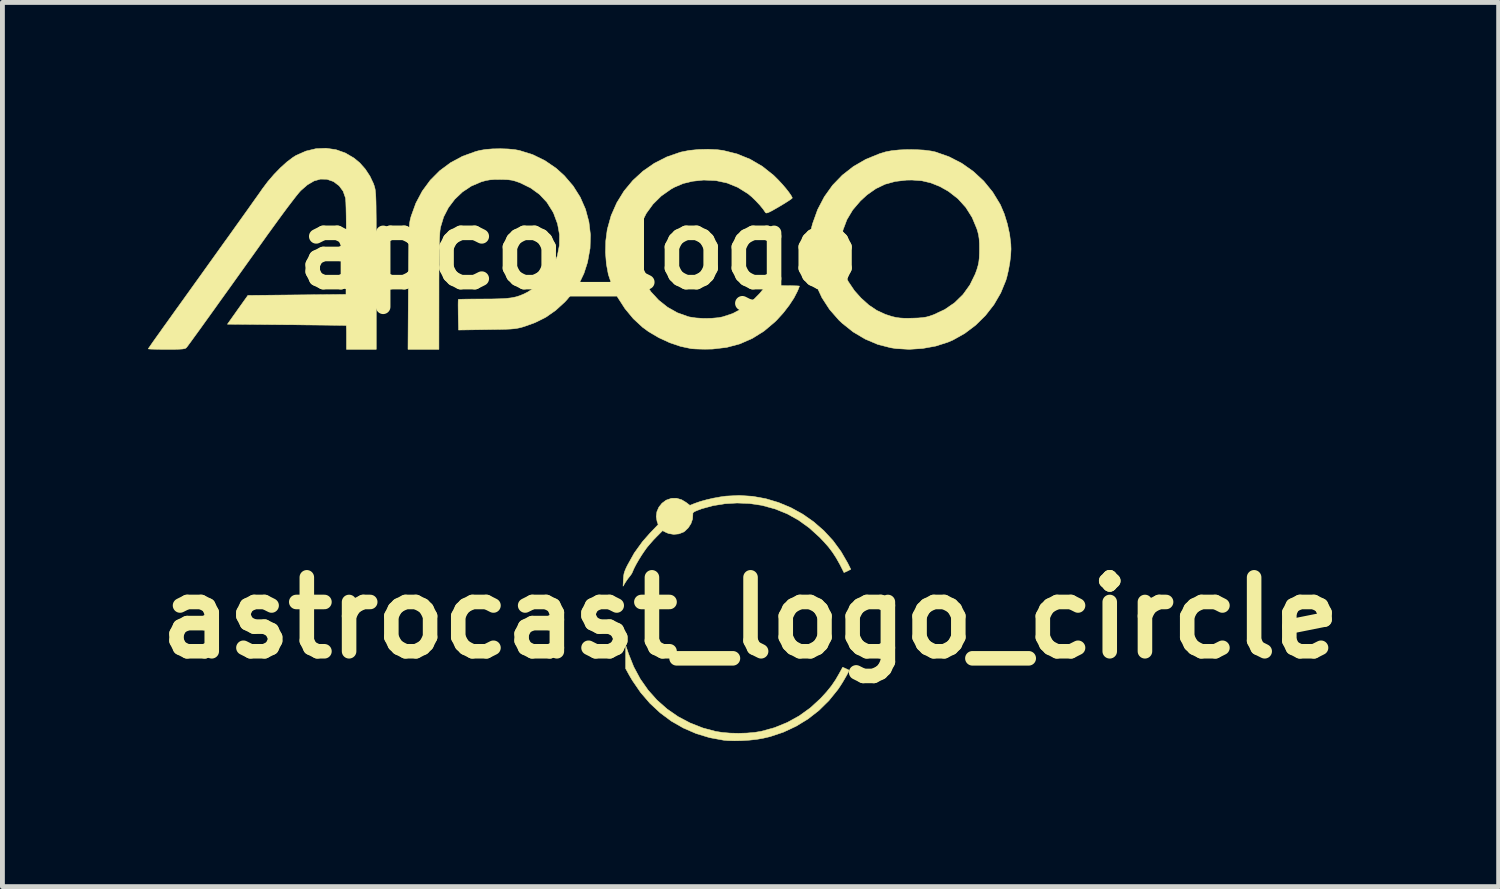
<source format=kicad_pcb>
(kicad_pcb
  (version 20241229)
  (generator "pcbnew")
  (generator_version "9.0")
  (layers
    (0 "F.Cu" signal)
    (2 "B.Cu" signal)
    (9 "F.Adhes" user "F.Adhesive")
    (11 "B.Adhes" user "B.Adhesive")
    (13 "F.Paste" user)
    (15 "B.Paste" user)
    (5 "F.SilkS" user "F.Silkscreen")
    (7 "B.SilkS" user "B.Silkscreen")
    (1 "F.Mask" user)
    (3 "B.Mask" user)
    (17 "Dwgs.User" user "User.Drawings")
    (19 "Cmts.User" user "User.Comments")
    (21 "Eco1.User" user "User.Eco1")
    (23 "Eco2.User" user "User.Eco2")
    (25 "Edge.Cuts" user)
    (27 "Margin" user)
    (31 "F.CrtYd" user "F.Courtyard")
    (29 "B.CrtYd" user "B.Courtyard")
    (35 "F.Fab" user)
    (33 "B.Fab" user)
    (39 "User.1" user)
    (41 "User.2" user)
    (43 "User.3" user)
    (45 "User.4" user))
  (footprint "astrocast_logo_circle"
    (layer "F.Cu")
    (at 12.417 9.682)
    (property "Reference" "astrocast_logo_circle" (at 0 0 0) (layer "F.SilkS") (effects (font (size 1.524 1.524) (thickness 0.3))))
    (attr through_hole)
    (fp_poly (pts (xy -2.515 0.739) (xy -2.407 1.01) (xy -2.272 1.261) (xy -2.111 1.49) (xy -1.927 1.696) (xy -1.72 1.879) (xy -1.493 2.036) (xy -1.245 2.167) (xy -0.98 2.271) (xy -0.723 2.34) (xy -0.583 2.362) (xy -0.421 2.376) (xy -0.248 2.38) (xy -0.076 2.375) (xy 0.086 2.361) (xy 0.219 2.339) (xy 0.496 2.263) (xy 0.758 2.156) (xy 1.004 2.02) (xy 1.233 1.855) (xy 1.442 1.663) (xy 1.443 1.662) (xy 1.566 1.528) (xy 1.668 1.402) (xy 1.755 1.274) (xy 1.828 1.148) (xy 1.899 1.018) (xy 1.961 1.046) (xy 2.002 1.065) (xy 2.027 1.077) (xy 2.03 1.078) (xy 2.026 1.095) (xy 2.008 1.134) (xy 1.978 1.189) (xy 1.94 1.256) (xy 1.898 1.327) (xy 1.854 1.397) (xy 1.812 1.459) (xy 1.798 1.48) (xy 1.615 1.706) (xy 1.409 1.909) (xy 1.182 2.086) (xy 0.937 2.235) (xy 0.676 2.357) (xy 0.4 2.449) (xy 0.254 2.483) (xy 0.125 2.505) (xy -0.022 2.521) (xy -0.178 2.531) (xy -0.33 2.534) (xy -0.469 2.53) (xy -0.555 2.522) (xy -0.844 2.469) (xy -1.121 2.385) (xy -1.384 2.271) (xy -1.632 2.129) (xy -1.862 1.958) (xy -2.074 1.761) (xy -2.265 1.539) (xy -2.434 1.293) (xy -2.496 1.188) (xy -2.574 1.046) (xy -2.573 0.567) (xy -2.515 0.739)) (stroke (width 0.01) (type solid)) (fill yes) (layer "F.SilkS"))
    (fp_poly (pts (xy 0.044 -2.504) (xy 0.314 -2.455) (xy 0.578 -2.376) (xy 0.832 -2.27) (xy 1.074 -2.137) (xy 1.3 -1.979) (xy 1.509 -1.797) (xy 1.698 -1.593) (xy 1.863 -1.368) (xy 2 -1.132) (xy 2.066 -1) (xy 1.997 -0.964) (xy 1.955 -0.945) (xy 1.929 -0.934) (xy 1.925 -0.934) (xy 1.844 -1.095) (xy 1.767 -1.232) (xy 1.689 -1.352) (xy 1.604 -1.464) (xy 1.505 -1.575) (xy 1.423 -1.661) (xy 1.211 -1.853) (xy 0.989 -2.013) (xy 0.756 -2.143) (xy 0.509 -2.243) (xy 0.245 -2.315) (xy 0.222 -2.32) (xy -0.025 -2.356) (xy -0.278 -2.366) (xy -0.53 -2.351) (xy -0.775 -2.311) (xy -1.006 -2.248) (xy -1.093 -2.215) (xy -1.148 -2.192) (xy -1.177 -2.174) (xy -1.189 -2.154) (xy -1.189 -2.129) (xy -1.195 -2.036) (xy -1.228 -1.941) (xy -1.283 -1.855) (xy -1.355 -1.785) (xy -1.382 -1.767) (xy -1.478 -1.73) (xy -1.583 -1.72) (xy -1.687 -1.737) (xy -1.74 -1.759) (xy -1.812 -1.796) (xy -1.935 -1.673) (xy -2 -1.606) (xy -2.065 -1.532) (xy -2.122 -1.465) (xy -2.14 -1.443) (xy -2.191 -1.371) (xy -2.247 -1.288) (xy -2.302 -1.199) (xy -2.352 -1.113) (xy -2.392 -1.037) (xy -2.419 -0.979) (xy -2.423 -0.967) (xy -2.448 -0.912) (xy -2.485 -0.86) (xy -2.489 -0.855) (xy -2.526 -0.809) (xy -2.566 -0.751) (xy -2.581 -0.728) (xy -2.627 -0.652) (xy -2.621 -0.787) (xy -2.616 -0.854) (xy -2.608 -0.908) (xy -2.592 -0.961) (xy -2.565 -1.025) (xy -2.536 -1.084) (xy -2.395 -1.337) (xy -2.225 -1.572) (xy -2.075 -1.742) (xy -1.903 -1.922) (xy -1.927 -1.99) (xy -1.943 -2.087) (xy -1.93 -2.186) (xy -1.89 -2.279) (xy -1.826 -2.36) (xy -1.742 -2.423) (xy -1.733 -2.427) (xy -1.629 -2.463) (xy -1.524 -2.464) (xy -1.419 -2.433) (xy -1.328 -2.378) (xy -1.25 -2.318) (xy -1.146 -2.359) (xy -1.037 -2.397) (xy -0.907 -2.433) (xy -0.764 -2.466) (xy -0.621 -2.492) (xy -0.508 -2.508) (xy -0.231 -2.522) (xy 0.044 -2.504)) (stroke (width 0.01) (type solid)) (fill yes) (layer "F.SilkS")))
  (footprint "apco_logo"
    (layer "F.Cu")
    (at 8.874 2.075)
    (property "Reference" "apco_logo" (at 0 0 0) (layer "F.SilkS") (effects (font (size 1.524 1.524) (thickness 0.3))))
    (attr through_hole)
    (fp_poly (pts (xy 2.858 -2.04) (xy 2.98 -2.024) (xy 3.265 -1.953) (xy 3.535 -1.843) (xy 3.787 -1.696) (xy 4.017 -1.513) (xy 4.037 -1.494) (xy 4.116 -1.415) (xy 4.195 -1.33) (xy 4.269 -1.244) (xy 4.331 -1.165) (xy 4.377 -1.099) (xy 4.401 -1.054) (xy 4.403 -1.044) (xy 4.385 -1.027) (xy 4.338 -0.994) (xy 4.266 -0.948) (xy 4.177 -0.893) (xy 4.136 -0.869) (xy 4.03 -0.808) (xy 3.956 -0.767) (xy 3.906 -0.744) (xy 3.875 -0.735) (xy 3.857 -0.739) (xy 3.848 -0.749) (xy 3.802 -0.816) (xy 3.734 -0.899) (xy 3.652 -0.986) (xy 3.569 -1.067) (xy 3.494 -1.13) (xy 3.49 -1.133) (xy 3.28 -1.264) (xy 3.062 -1.353) (xy 2.831 -1.403) (xy 2.585 -1.414) (xy 2.562 -1.413) (xy 2.348 -1.39) (xy 2.157 -1.344) (xy 1.979 -1.269) (xy 1.902 -1.226) (xy 1.703 -1.086) (xy 1.533 -0.918) (xy 1.394 -0.727) (xy 1.289 -0.517) (xy 1.219 -0.293) (xy 1.186 -0.058) (xy 1.193 0.181) (xy 1.205 0.265) (xy 1.264 0.487) (xy 1.361 0.696) (xy 1.491 0.889) (xy 1.649 1.06) (xy 1.831 1.205) (xy 2.032 1.319) (xy 2.249 1.397) (xy 2.286 1.407) (xy 2.417 1.427) (xy 2.57 1.437) (xy 2.73 1.435) (xy 2.878 1.422) (xy 2.963 1.406) (xy 3.176 1.336) (xy 3.38 1.228) (xy 3.569 1.088) (xy 3.733 0.921) (xy 3.756 0.893) (xy 3.861 0.762) (xy 4.206 0.762) (xy 4.321 0.763) (xy 4.42 0.764) (xy 4.496 0.766) (xy 4.541 0.769) (xy 4.551 0.771) (xy 4.543 0.794) (xy 4.524 0.843) (xy 4.507 0.882) (xy 4.436 1.019) (xy 4.337 1.169) (xy 4.219 1.322) (xy 4.089 1.465) (xy 4.048 1.506) (xy 3.822 1.697) (xy 3.581 1.848) (xy 3.324 1.961) (xy 3.051 2.034) (xy 2.761 2.068) (xy 2.606 2.071) (xy 2.506 2.069) (xy 2.415 2.066) (xy 2.346 2.062) (xy 2.318 2.059) (xy 2.101 2.013) (xy 1.874 1.936) (xy 1.651 1.833) (xy 1.444 1.711) (xy 1.318 1.619) (xy 1.127 1.442) (xy 0.955 1.234) (xy 0.807 1.005) (xy 0.69 0.763) (xy 0.612 0.529) (xy 0.572 0.312) (xy 0.554 0.076) (xy 0.56 -0.163) (xy 0.589 -0.386) (xy 0.592 -0.402) (xy 0.67 -0.682) (xy 0.786 -0.945) (xy 0.935 -1.187) (xy 1.116 -1.405) (xy 1.326 -1.598) (xy 1.561 -1.761) (xy 1.819 -1.892) (xy 2.097 -1.988) (xy 2.112 -1.992) (xy 2.278 -2.025) (xy 2.469 -2.044) (xy 2.667 -2.049) (xy 2.858 -2.04)) (stroke (width 0.01) (type solid)) (fill yes) (layer "F.SilkS"))
    (fp_poly (pts (xy -1.454 -2.055) (xy -1.311 -2.041) (xy -1.22 -2.024) (xy -0.945 -1.938) (xy -0.694 -1.815) (xy -0.463 -1.657) (xy -0.295 -1.505) (xy -0.113 -1.293) (xy 0.033 -1.062) (xy 0.142 -0.814) (xy 0.212 -0.553) (xy 0.244 -0.283) (xy 0.236 -0.008) (xy 0.186 0.268) (xy 0.18 0.292) (xy 0.111 0.506) (xy 0.021 0.697) (xy -0.095 0.877) (xy -0.244 1.055) (xy -0.284 1.098) (xy -0.473 1.271) (xy -0.675 1.412) (xy -0.899 1.524) (xy -1.116 1.602) (xy -1.172 1.619) (xy -1.224 1.632) (xy -1.275 1.642) (xy -1.334 1.65) (xy -1.405 1.656) (xy -1.496 1.66) (xy -1.612 1.663) (xy -1.76 1.665) (xy -1.888 1.667) (xy -2.474 1.676) (xy -2.481 1.365) (xy -2.482 1.255) (xy -2.483 1.161) (xy -2.482 1.09) (xy -2.48 1.051) (xy -2.478 1.046) (xy -2.456 1.043) (xy -2.396 1.041) (xy -2.307 1.039) (xy -2.193 1.038) (xy -2.061 1.037) (xy -1.97 1.037) (xy -1.778 1.036) (xy -1.622 1.032) (xy -1.494 1.025) (xy -1.389 1.013) (xy -1.299 0.995) (xy -1.217 0.97) (xy -1.138 0.938) (xy -1.054 0.896) (xy -1.05 0.894) (xy -0.894 0.794) (xy -0.746 0.663) (xy -0.618 0.513) (xy -0.523 0.36) (xy -0.439 0.148) (xy -0.396 -0.07) (xy -0.394 -0.291) (xy -0.434 -0.511) (xy -0.514 -0.727) (xy -0.534 -0.766) (xy -0.654 -0.957) (xy -0.806 -1.119) (xy -0.988 -1.251) (xy -1.201 -1.356) (xy -1.228 -1.366) (xy -1.308 -1.394) (xy -1.379 -1.412) (xy -1.455 -1.422) (xy -1.55 -1.426) (xy -1.619 -1.427) (xy -1.738 -1.426) (xy -1.83 -1.419) (xy -1.909 -1.405) (xy -1.992 -1.382) (xy -2.011 -1.376) (xy -2.212 -1.29) (xy -2.394 -1.169) (xy -2.552 -1.019) (xy -2.683 -0.846) (xy -2.782 -0.653) (xy -2.844 -0.447) (xy -2.849 -0.424) (xy -2.856 -0.375) (xy -2.861 -0.307) (xy -2.866 -0.218) (xy -2.87 -0.104) (xy -2.873 0.038) (xy -2.875 0.211) (xy -2.877 0.417) (xy -2.878 0.66) (xy -2.878 0.905) (xy -2.879 2.074) (xy -3.516 2.074) (xy -3.508 0.788) (xy -3.506 0.523) (xy -3.505 0.296) (xy -3.503 0.104) (xy -3.501 -0.056) (xy -3.499 -0.188) (xy -3.497 -0.295) (xy -3.493 -0.382) (xy -3.489 -0.451) (xy -3.485 -0.506) (xy -3.479 -0.551) (xy -3.472 -0.589) (xy -3.464 -0.624) (xy -3.454 -0.659) (xy -3.453 -0.665) (xy -3.354 -0.938) (xy -3.222 -1.187) (xy -3.057 -1.411) (xy -2.863 -1.606) (xy -2.641 -1.771) (xy -2.394 -1.904) (xy -2.124 -2.002) (xy -2.04 -2.024) (xy -1.92 -2.045) (xy -1.772 -2.057) (xy -1.612 -2.06) (xy -1.454 -2.055)) (stroke (width 0.01) (type solid)) (fill yes) (layer "F.SilkS"))
    (fp_poly (pts (xy 6.947 -2.041) (xy 7.114 -2.032) (xy 7.261 -2.013) (xy 7.351 -1.994) (xy 7.631 -1.896) (xy 7.894 -1.761) (xy 8.133 -1.593) (xy 8.348 -1.394) (xy 8.533 -1.167) (xy 8.686 -0.916) (xy 8.695 -0.898) (xy 8.772 -0.717) (xy 8.835 -0.512) (xy 8.882 -0.299) (xy 8.907 -0.094) (xy 8.911 0.008) (xy 8.904 0.137) (xy 8.886 0.288) (xy 8.858 0.444) (xy 8.824 0.589) (xy 8.804 0.656) (xy 8.699 0.912) (xy 8.558 1.154) (xy 8.384 1.377) (xy 8.182 1.576) (xy 7.957 1.746) (xy 7.713 1.883) (xy 7.61 1.927) (xy 7.359 2.007) (xy 7.089 2.056) (xy 6.812 2.074) (xy 6.54 2.058) (xy 6.431 2.041) (xy 6.163 1.972) (xy 5.904 1.862) (xy 5.658 1.716) (xy 5.432 1.536) (xy 5.365 1.473) (xy 5.173 1.254) (xy 5.015 1.011) (xy 4.89 0.743) (xy 4.833 0.578) (xy 4.811 0.506) (xy 4.796 0.443) (xy 4.786 0.38) (xy 4.779 0.307) (xy 4.776 0.215) (xy 4.775 0.094) (xy 4.774 0.021) (xy 4.774 0.014) (xy 5.397 0.014) (xy 5.414 0.253) (xy 5.466 0.471) (xy 5.555 0.674) (xy 5.683 0.864) (xy 5.82 1.017) (xy 5.981 1.162) (xy 6.145 1.272) (xy 6.32 1.353) (xy 6.46 1.398) (xy 6.542 1.417) (xy 6.622 1.428) (xy 6.714 1.434) (xy 6.831 1.433) (xy 6.879 1.432) (xy 6.999 1.428) (xy 7.088 1.42) (xy 7.162 1.409) (xy 7.232 1.39) (xy 7.312 1.362) (xy 7.315 1.361) (xy 7.546 1.253) (xy 7.748 1.114) (xy 7.921 0.945) (xy 8.063 0.748) (xy 8.173 0.524) (xy 8.206 0.434) (xy 8.231 0.35) (xy 8.247 0.275) (xy 8.256 0.195) (xy 8.26 0.096) (xy 8.261 0.011) (xy 8.26 -0.11) (xy 8.254 -0.201) (xy 8.243 -0.279) (xy 8.224 -0.355) (xy 8.206 -0.413) (xy 8.109 -0.645) (xy 7.979 -0.851) (xy 7.817 -1.03) (xy 7.623 -1.181) (xy 7.442 -1.283) (xy 7.259 -1.356) (xy 7.073 -1.4) (xy 6.871 -1.415) (xy 6.755 -1.413) (xy 6.525 -1.386) (xy 6.317 -1.329) (xy 6.125 -1.237) (xy 5.943 -1.109) (xy 5.807 -0.984) (xy 5.648 -0.798) (xy 5.529 -0.599) (xy 5.448 -0.384) (xy 5.405 -0.151) (xy 5.397 0.014) (xy 4.774 0.014) (xy 4.775 -0.12) (xy 4.777 -0.228) (xy 4.782 -0.312) (xy 4.79 -0.382) (xy 4.803 -0.446) (xy 4.821 -0.513) (xy 4.822 -0.518) (xy 4.926 -0.807) (xy 5.064 -1.07) (xy 5.233 -1.307) (xy 5.434 -1.515) (xy 5.663 -1.694) (xy 5.919 -1.842) (xy 6.201 -1.957) (xy 6.325 -1.995) (xy 6.449 -2.019) (xy 6.602 -2.035) (xy 6.772 -2.043) (xy 6.947 -2.041)) (stroke (width 0.01) (type solid)) (fill yes) (layer "F.SilkS"))
    (fp_poly (pts (xy -5.002 -2.041) (xy -4.809 -1.973) (xy -4.628 -1.867) (xy -4.511 -1.77) (xy -4.399 -1.644) (xy -4.301 -1.496) (xy -4.228 -1.342) (xy -4.212 -1.296) (xy -4.204 -1.269) (xy -4.197 -1.241) (xy -4.191 -1.209) (xy -4.187 -1.169) (xy -4.182 -1.119) (xy -4.179 -1.056) (xy -4.176 -0.976) (xy -4.174 -0.876) (xy -4.173 -0.754) (xy -4.171 -0.607) (xy -4.171 -0.43) (xy -4.17 -0.222) (xy -4.17 0.021) (xy -4.17 0.301) (xy -4.17 0.457) (xy -4.17 2.074) (xy -4.784 2.074) (xy -4.784 1.831) (xy -4.784 1.734) (xy -4.785 1.655) (xy -4.787 1.602) (xy -4.789 1.583) (xy -4.81 1.582) (xy -4.871 1.58) (xy -4.966 1.579) (xy -5.092 1.577) (xy -5.245 1.575) (xy -5.422 1.573) (xy -5.619 1.571) (xy -5.831 1.568) (xy -6.015 1.567) (xy -7.237 1.556) (xy -7.027 1.259) (xy -6.816 0.963) (xy -4.794 0.942) (xy -4.789 0) (xy -4.788 -0.263) (xy -4.788 -0.491) (xy -4.79 -0.683) (xy -4.793 -0.837) (xy -4.797 -0.953) (xy -4.802 -1.028) (xy -4.806 -1.051) (xy -4.853 -1.185) (xy -4.935 -1.296) (xy -5.045 -1.379) (xy -5.058 -1.386) (xy -5.188 -1.431) (xy -5.319 -1.434) (xy -5.453 -1.396) (xy -5.589 -1.316) (xy -5.726 -1.197) (xy -5.765 -1.153) (xy -5.825 -1.079) (xy -5.903 -0.978) (xy -5.996 -0.856) (xy -6.101 -0.715) (xy -6.214 -0.56) (xy -6.333 -0.396) (xy -6.428 -0.265) (xy -6.64 0.033) (xy -6.843 0.317) (xy -7.035 0.586) (xy -7.215 0.838) (xy -7.382 1.07) (xy -7.534 1.283) (xy -7.67 1.472) (xy -7.789 1.638) (xy -7.89 1.777) (xy -7.971 1.889) (xy -8.031 1.971) (xy -8.068 2.021) (xy -8.081 2.037) (xy -8.097 2.051) (xy -8.122 2.06) (xy -8.163 2.067) (xy -8.225 2.071) (xy -8.314 2.074) (xy -8.438 2.074) (xy -8.491 2.074) (xy -8.612 2.074) (xy -8.717 2.072) (xy -8.8 2.07) (xy -8.852 2.067) (xy -8.869 2.064) (xy -8.857 2.045) (xy -8.824 1.997) (xy -8.773 1.923) (xy -8.707 1.83) (xy -8.629 1.721) (xy -8.569 1.636) (xy -8.502 1.543) (xy -8.413 1.419) (xy -8.307 1.27) (xy -8.185 1.101) (xy -8.051 0.914) (xy -7.909 0.716) (xy -7.761 0.51) (xy -7.611 0.3) (xy -7.464 0.095) (xy -7.321 -0.105) (xy -7.181 -0.299) (xy -7.048 -0.486) (xy -6.924 -0.659) (xy -6.811 -0.817) (xy -6.713 -0.956) (xy -6.63 -1.072) (xy -6.567 -1.161) (xy -6.526 -1.22) (xy -6.521 -1.228) (xy -6.406 -1.381) (xy -6.278 -1.53) (xy -6.143 -1.669) (xy -6.01 -1.789) (xy -5.885 -1.883) (xy -5.821 -1.923) (xy -5.618 -2.012) (xy -5.412 -2.061) (xy -5.205 -2.07) (xy -5.002 -2.041)) (stroke (width 0.01) (type solid)) (fill yes) (layer "F.SilkS")))
  (gr_rect
    (start -3 -3)
    (end 27.834 15.221)
    (stroke (width 0.1) (type default))
    (fill no)
    (layer "Edge.Cuts")))
</source>
